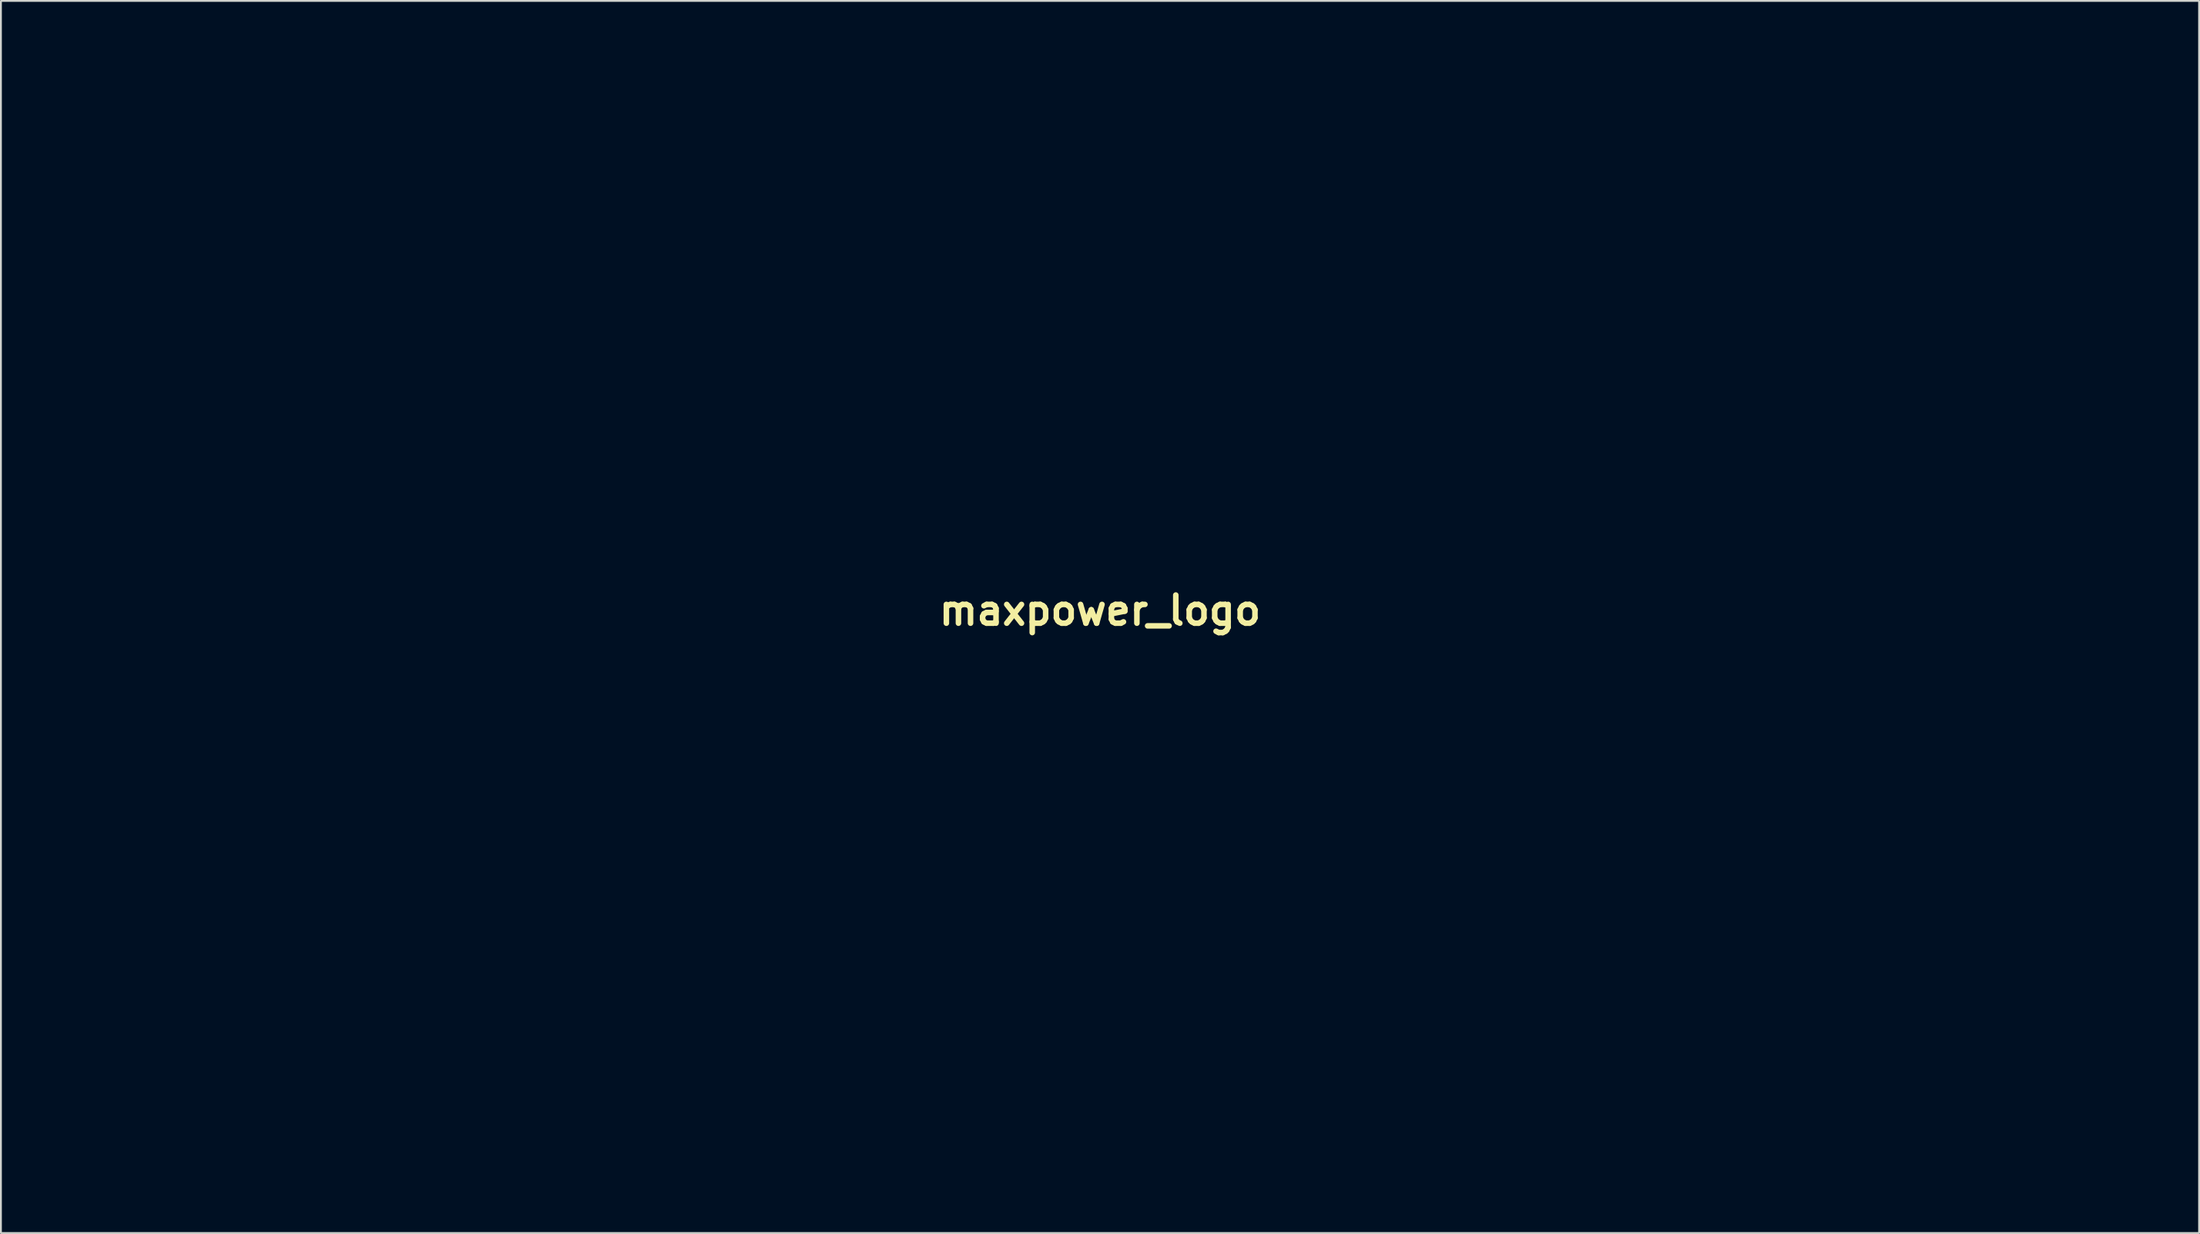
<source format=kicad_pcb>
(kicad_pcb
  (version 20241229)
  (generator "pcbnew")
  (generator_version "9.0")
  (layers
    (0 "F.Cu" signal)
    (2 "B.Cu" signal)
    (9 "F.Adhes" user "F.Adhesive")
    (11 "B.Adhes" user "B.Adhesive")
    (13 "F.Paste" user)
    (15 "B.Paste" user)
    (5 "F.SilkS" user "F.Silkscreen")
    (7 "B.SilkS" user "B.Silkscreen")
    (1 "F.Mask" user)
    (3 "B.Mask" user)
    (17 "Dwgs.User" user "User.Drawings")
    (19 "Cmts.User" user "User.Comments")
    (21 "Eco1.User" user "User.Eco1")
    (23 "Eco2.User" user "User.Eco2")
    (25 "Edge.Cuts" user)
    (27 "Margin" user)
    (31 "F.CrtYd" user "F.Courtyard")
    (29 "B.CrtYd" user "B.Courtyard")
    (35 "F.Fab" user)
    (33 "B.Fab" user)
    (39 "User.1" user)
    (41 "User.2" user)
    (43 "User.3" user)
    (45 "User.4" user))
  (footprint "maxpower_logo"
    (layer "F.Cu")
    (at 56.449 29.991)
    (property "Reference" "maxpower_logo" (at 0 0 0) (layer "F.SilkS") (effects (font (size 1.524 1.524) (thickness 0.3))))
    (attr through_hole)
    (fp_poly (pts (xy -49.036 3.087) (xy -49.124 3.175) (xy -49.212 3.087) (xy -49.124 2.999) (xy -49.036 3.087)) (stroke (width 0.01) (type solid)) (fill no) (layer "Eco2.User"))
    (fp_poly (pts (xy -34.749 -12.435) (xy -34.837 -12.347) (xy -34.925 -12.435) (xy -34.837 -12.524) (xy -34.749 -12.435)) (stroke (width 0.01) (type solid)) (fill no) (layer "Eco2.User"))
    (fp_poly (pts (xy -22.049 -13.494) (xy -22.137 -13.406) (xy -22.225 -13.494) (xy -22.137 -13.582) (xy -22.049 -13.494)) (stroke (width 0.01) (type solid)) (fill no) (layer "Eco2.User"))
    (fp_poly (pts (xy -21.343 26.547) (xy -21.431 26.635) (xy -21.519 26.547) (xy -21.431 26.458) (xy -21.343 26.547)) (stroke (width 0.01) (type solid)) (fill no) (layer "Eco2.User"))
    (fp_poly (pts (xy -20.637 25.488) (xy -20.726 25.576) (xy -20.814 25.488) (xy -20.726 25.4) (xy -20.637 25.488)) (stroke (width 0.01) (type solid)) (fill no) (layer "Eco2.User"))
    (fp_poly (pts (xy -19.579 24.077) (xy -19.667 24.165) (xy -19.756 24.077) (xy -19.667 23.989) (xy -19.579 24.077)) (stroke (width 0.01) (type solid)) (fill no) (layer "Eco2.User"))
    (fp_poly (pts (xy -19.226 23.372) (xy -19.315 23.46) (xy -19.403 23.372) (xy -19.315 23.283) (xy -19.226 23.372)) (stroke (width 0.01) (type solid)) (fill no) (layer "Eco2.User"))
    (fp_poly (pts (xy -18.521 22.313) (xy -18.609 22.401) (xy -18.697 22.313) (xy -18.609 22.225) (xy -18.521 22.313)) (stroke (width 0.01) (type solid)) (fill no) (layer "Eco2.User"))
    (fp_poly (pts (xy -17.815 20.902) (xy -17.903 20.99) (xy -17.992 20.902) (xy -17.903 20.814) (xy -17.815 20.902)) (stroke (width 0.01) (type solid)) (fill no) (layer "Eco2.User"))
    (fp_poly (pts (xy -17.11 19.844) (xy -17.198 19.932) (xy -17.286 19.844) (xy -17.198 19.756) (xy -17.11 19.844)) (stroke (width 0.01) (type solid)) (fill no) (layer "Eco2.User"))
    (fp_poly (pts (xy -16.757 19.138) (xy -16.845 19.226) (xy -16.933 19.138) (xy -16.845 19.05) (xy -16.757 19.138)) (stroke (width 0.01) (type solid)) (fill no) (layer "Eco2.User"))
    (fp_poly (pts (xy -16.404 18.433) (xy -16.492 18.521) (xy -16.581 18.433) (xy -16.492 18.344) (xy -16.404 18.433)) (stroke (width 0.01) (type solid)) (fill no) (layer "Eco2.User"))
    (fp_poly (pts (xy -15.699 17.727) (xy -15.787 17.815) (xy -15.875 17.727) (xy -15.787 17.639) (xy -15.699 17.727)) (stroke (width 0.01) (type solid)) (fill no) (layer "Eco2.User"))
    (fp_poly (pts (xy -49.448 3.939) (xy -49.427 4.149) (xy -49.448 4.175) (xy -49.553 4.15) (xy -49.565 4.057) (xy -49.501 3.912) (xy -49.448 3.939)) (stroke (width 0.01) (type solid)) (fill no) (layer "Eco2.User"))
    (fp_poly (pts (xy -35.337 -12.112) (xy -35.361 -12.007) (xy -35.454 -11.994) (xy -35.599 -12.059) (xy -35.572 -12.112) (xy -35.362 -12.133) (xy -35.337 -12.112)) (stroke (width 0.01) (type solid)) (fill no) (layer "Eco2.User"))
    (fp_poly (pts (xy -33.925 -12.818) (xy -33.95 -12.713) (xy -34.043 -12.7) (xy -34.188 -12.765) (xy -34.161 -12.818) (xy -33.951 -12.839) (xy -33.925 -12.818)) (stroke (width 0.01) (type solid)) (fill no) (layer "Eco2.User"))
    (fp_poly (pts (xy -33.032 -13.159) (xy -33.085 -13.079) (xy -33.264 -13.067) (xy -33.452 -13.11) (xy -33.371 -13.173) (xy -33.095 -13.194) (xy -33.032 -13.159)) (stroke (width 0.01) (type solid)) (fill no) (layer "Eco2.User"))
    (fp_poly (pts (xy -24.4 29.692) (xy -24.425 29.797) (xy -24.518 29.81) (xy -24.663 29.745) (xy -24.636 29.692) (xy -24.426 29.671) (xy -24.4 29.692)) (stroke (width 0.01) (type solid)) (fill no) (layer "Eco2.User"))
    (fp_poly (pts (xy -21.225 -13.17) (xy -21.25 -13.066) (xy -21.343 -13.053) (xy -21.488 -13.117) (xy -21.461 -13.17) (xy -21.251 -13.191) (xy -21.225 -13.17)) (stroke (width 0.01) (type solid)) (fill no) (layer "Eco2.User"))
    (fp_poly (pts (xy -20.52 -12.818) (xy -20.544 -12.713) (xy -20.637 -12.7) (xy -20.783 -12.765) (xy -20.755 -12.818) (xy -20.546 -12.839) (xy -20.52 -12.818)) (stroke (width 0.01) (type solid)) (fill no) (layer "Eco2.User"))
    (fp_poly (pts (xy -17.521 20.167) (xy -17.5 20.376) (xy -17.521 20.402) (xy -17.626 20.378) (xy -17.639 20.285) (xy -17.574 20.14) (xy -17.521 20.167)) (stroke (width 0.01) (type solid)) (fill no) (layer "Eco2.User"))
    (fp_poly (pts (xy 29.575 -19.344) (xy 29.596 -19.135) (xy 29.575 -19.109) (xy 29.47 -19.133) (xy 29.457 -19.226) (xy 29.521 -19.372) (xy 29.575 -19.344)) (stroke (width 0.01) (type solid)) (fill no) (layer "Eco2.User"))
    (fp_poly (pts (xy 36.994 -26.565) (xy 36.941 -26.485) (xy 36.762 -26.472) (xy 36.574 -26.515) (xy 36.656 -26.579) (xy 36.931 -26.6) (xy 36.994 -26.565)) (stroke (width 0.01) (type solid)) (fill no) (layer "Eco2.User"))
    (fp_poly (pts (xy 40.79 -27.281) (xy 40.812 -27.216) (xy 40.569 -27.192) (xy 40.319 -27.219) (xy 40.349 -27.281) (xy 40.71 -27.304) (xy 40.79 -27.281)) (stroke (width 0.01) (type solid)) (fill no) (layer "Eco2.User"))
    (fp_poly (pts (xy -18.518 -10.846) (xy -18.416 -10.635) (xy -18.44 -10.571) (xy -18.61 -10.415) (xy -18.694 -10.593) (xy -18.697 -10.682) (xy -18.61 -10.864) (xy -18.518 -10.846)) (stroke (width 0.01) (type solid)) (fill no) (layer "Eco2.User"))
    (fp_poly (pts (xy 28.539 -16.615) (xy 28.575 -16.415) (xy 28.536 -16.097) (xy 28.431 -16.117) (xy 28.337 -16.31) (xy 28.339 -16.594) (xy 28.406 -16.674) (xy 28.539 -16.615)) (stroke (width 0.01) (type solid)) (fill no) (layer "Eco2.User"))
    (fp_poly (pts (xy -54.683 13.542) (xy -54.681 13.582) (xy -54.816 13.752) (xy -54.867 13.758) (xy -54.973 13.65) (xy -54.945 13.582) (xy -54.787 13.414) (xy -54.758 13.406) (xy -54.683 13.542)) (stroke (width 0.01) (type solid)) (fill no) (layer "Eco2.User"))
    (fp_poly (pts (xy -52.569 11.776) (xy -52.564 11.818) (xy -52.698 11.989) (xy -52.74 11.994) (xy -52.912 11.86) (xy -52.917 11.818) (xy -52.782 11.647) (xy -52.74 11.642) (xy -52.569 11.776)) (stroke (width 0.01) (type solid)) (fill no) (layer "Eco2.User"))
    (fp_poly (pts (xy -51.884 10.888) (xy -51.858 11.014) (xy -51.95 11.255) (xy -52.035 11.289) (xy -52.206 11.162) (xy -52.211 11.123) (xy -52.083 10.884) (xy -52.035 10.848) (xy -51.884 10.888)) (stroke (width 0.01) (type solid)) (fill no) (layer "Eco2.User"))
    (fp_poly (pts (xy -51.539 10.026) (xy -51.506 10.231) (xy -51.579 10.517) (xy -51.682 10.583) (xy -51.825 10.436) (xy -51.858 10.231) (xy -51.784 9.944) (xy -51.682 9.878) (xy -51.539 10.026)) (stroke (width 0.01) (type solid)) (fill no) (layer "Eco2.User"))
    (fp_poly (pts (xy -50.451 6.938) (xy -50.45 7.011) (xy -50.491 7.354) (xy -50.614 7.368) (xy -50.69 7.268) (xy -50.684 7.016) (xy -50.615 6.871) (xy -50.492 6.746) (xy -50.451 6.938)) (stroke (width 0.01) (type solid)) (fill no) (layer "Eco2.User"))
    (fp_poly (pts (xy -44.475 -4.282) (xy -44.45 -4.156) (xy -44.542 -3.914) (xy -44.626 -3.881) (xy -44.798 -4.007) (xy -44.803 -4.047) (xy -44.675 -4.285) (xy -44.626 -4.322) (xy -44.475 -4.282)) (stroke (width 0.01) (type solid)) (fill no) (layer "Eco2.User"))
    (fp_poly (pts (xy -43.825 -5.05) (xy -44.028 -4.809) (xy -44.271 -4.621) (xy -44.377 -4.586) (xy -44.37 -4.695) (xy -44.184 -4.94) (xy -43.925 -5.173) (xy -43.783 -5.213) (xy -43.825 -5.05)) (stroke (width 0.01) (type solid)) (fill no) (layer "Eco2.User"))
    (fp_poly (pts (xy -39.591 -9.283) (xy -39.795 -9.043) (xy -40.038 -8.854) (xy -40.143 -8.819) (xy -40.137 -8.928) (xy -39.951 -9.173) (xy -39.692 -9.406) (xy -39.55 -9.446) (xy -39.591 -9.283)) (stroke (width 0.01) (type solid)) (fill no) (layer "Eco2.User"))
    (fp_poly (pts (xy -38.811 -9.744) (xy -38.806 -9.701) (xy -38.94 -9.53) (xy -38.982 -9.525) (xy -39.153 -9.659) (xy -39.158 -9.701) (xy -39.024 -9.873) (xy -38.982 -9.878) (xy -38.811 -9.744)) (stroke (width 0.01) (type solid)) (fill no) (layer "Eco2.User"))
    (fp_poly (pts (xy -37.827 -10.694) (xy -38.031 -10.454) (xy -38.274 -10.265) (xy -38.379 -10.231) (xy -38.373 -10.339) (xy -38.187 -10.584) (xy -37.928 -10.817) (xy -37.786 -10.857) (xy -37.827 -10.694)) (stroke (width 0.01) (type solid)) (fill no) (layer "Eco2.User"))
    (fp_poly (pts (xy -36.814 -11.311) (xy -37.142 -11.033) (xy -37.337 -10.939) (xy -37.341 -11.051) (xy -37.307 -11.112) (xy -37.076 -11.324) (xy -36.811 -11.486) (xy -36.424 -11.685) (xy -36.814 -11.311)) (stroke (width 0.01) (type solid)) (fill no) (layer "Eco2.User"))
    (fp_poly (pts (xy -35.988 -11.86) (xy -35.983 -11.818) (xy -36.118 -11.647) (xy -36.16 -11.642) (xy -36.331 -11.776) (xy -36.336 -11.818) (xy -36.202 -11.989) (xy -36.16 -11.994) (xy -35.988 -11.86)) (stroke (width 0.01) (type solid)) (fill no) (layer "Eco2.User"))
    (fp_poly (pts (xy -32.123 -13.615) (xy -32.103 -13.494) (xy -32.198 -13.259) (xy -32.279 -13.229) (xy -32.436 -13.372) (xy -32.456 -13.494) (xy -32.36 -13.728) (xy -32.279 -13.758) (xy -32.123 -13.615)) (stroke (width 0.01) (type solid)) (fill no) (layer "Eco2.User"))
    (fp_poly (pts (xy -23.428 -13.999) (xy -23.372 -13.935) (xy -23.435 -13.805) (xy -23.724 -13.758) (xy -24.031 -13.813) (xy -24.077 -13.935) (xy -23.821 -14.099) (xy -23.724 -14.111) (xy -23.428 -13.999)) (stroke (width 0.01) (type solid)) (fill no) (layer "Eco2.User"))
    (fp_poly (pts (xy -22.286 27.978) (xy -22.313 28.046) (xy -22.472 28.214) (xy -22.5 28.222) (xy -22.576 28.086) (xy -22.578 28.046) (xy -22.442 27.876) (xy -22.391 27.869) (xy -22.286 27.978)) (stroke (width 0.01) (type solid)) (fill no) (layer "Eco2.User"))
    (fp_poly (pts (xy -20.875 26.214) (xy -20.902 26.282) (xy -21.061 26.45) (xy -21.089 26.458) (xy -21.165 26.322) (xy -21.167 26.282) (xy -21.031 26.112) (xy -20.98 26.106) (xy -20.875 26.214)) (stroke (width 0.01) (type solid)) (fill no) (layer "Eco2.User"))
    (fp_poly (pts (xy -20.169 25.155) (xy -20.197 25.224) (xy -20.355 25.392) (xy -20.383 25.4) (xy -20.459 25.264) (xy -20.461 25.224) (xy -20.326 25.054) (xy -20.274 25.047) (xy -20.169 25.155)) (stroke (width 0.01) (type solid)) (fill no) (layer "Eco2.User"))
    (fp_poly (pts (xy -18.758 22.686) (xy -18.785 22.754) (xy -18.944 22.922) (xy -18.972 22.931) (xy -19.048 22.794) (xy -19.05 22.754) (xy -18.914 22.585) (xy -18.863 22.578) (xy -18.758 22.686)) (stroke (width 0.01) (type solid)) (fill no) (layer "Eco2.User"))
    (fp_poly (pts (xy -15.936 18.1) (xy -15.963 18.168) (xy -16.122 18.336) (xy -16.15 18.344) (xy -16.226 18.208) (xy -16.228 18.168) (xy -16.092 17.998) (xy -16.041 17.992) (xy -15.936 18.1)) (stroke (width 0.01) (type solid)) (fill no) (layer "Eco2.User"))
    (fp_poly (pts (xy -15.88 -6.216) (xy -15.875 -6.174) (xy -16.009 -6.002) (xy -16.051 -5.997) (xy -16.223 -6.131) (xy -16.228 -6.174) (xy -16.094 -6.345) (xy -16.051 -6.35) (xy -15.88 -6.216)) (stroke (width 0.01) (type solid)) (fill no) (layer "Eco2.User"))
    (fp_poly (pts (xy 29.039 -17.406) (xy 29.104 -17.188) (xy 29.015 -16.958) (xy 28.826 -16.996) (xy 28.678 -17.223) (xy 28.622 -17.511) (xy 28.647 -17.594) (xy 28.843 -17.602) (xy 29.039 -17.406)) (stroke (width 0.01) (type solid)) (fill no) (layer "Eco2.User"))
    (fp_poly (pts (xy 29.279 -18.561) (xy 29.281 -18.521) (xy 29.145 -18.351) (xy 29.094 -18.344) (xy 28.988 -18.453) (xy 29.016 -18.521) (xy 29.174 -18.689) (xy 29.203 -18.697) (xy 29.279 -18.561)) (stroke (width 0.01) (type solid)) (fill no) (layer "Eco2.User"))
    (fp_poly (pts (xy 31.392 -22.267) (xy 31.397 -22.225) (xy 31.263 -22.054) (xy 31.221 -22.049) (xy 31.05 -22.183) (xy 31.044 -22.225) (xy 31.179 -22.396) (xy 31.221 -22.401) (xy 31.392 -22.267)) (stroke (width 0.01) (type solid)) (fill no) (layer "Eco2.User"))
    (fp_poly (pts (xy 33.509 -23.149) (xy 33.514 -23.107) (xy 33.38 -22.936) (xy 33.337 -22.931) (xy 33.166 -23.065) (xy 33.161 -23.107) (xy 33.295 -23.278) (xy 33.337 -23.283) (xy 33.509 -23.149)) (stroke (width 0.01) (type solid)) (fill no) (layer "Eco2.User"))
    (fp_poly (pts (xy 34.92 -25.619) (xy 34.925 -25.576) (xy 34.791 -25.405) (xy 34.749 -25.4) (xy 34.577 -25.534) (xy 34.572 -25.576) (xy 34.706 -25.748) (xy 34.749 -25.753) (xy 34.92 -25.619)) (stroke (width 0.01) (type solid)) (fill no) (layer "Eco2.User"))
    (fp_poly (pts (xy 35.625 -25.971) (xy 35.631 -25.929) (xy 35.496 -25.758) (xy 35.454 -25.753) (xy 35.283 -25.887) (xy 35.278 -25.929) (xy 35.412 -26.1) (xy 35.454 -26.106) (xy 35.625 -25.971)) (stroke (width 0.01) (type solid)) (fill no) (layer "Eco2.User"))
    (fp_poly (pts (xy 36.331 -26.324) (xy 36.336 -26.282) (xy 36.202 -26.111) (xy 36.16 -26.106) (xy 35.988 -26.24) (xy 35.983 -26.282) (xy 36.118 -26.453) (xy 36.16 -26.458) (xy 36.331 -26.324)) (stroke (width 0.01) (type solid)) (fill no) (layer "Eco2.User"))
    (fp_poly (pts (xy 38.095 -27.047) (xy 38.1 -26.988) (xy 37.951 -26.851) (xy 37.703 -26.814) (xy 37.445 -26.842) (xy 37.509 -26.945) (xy 37.571 -26.988) (xy 37.936 -27.152) (xy 38.095 -27.047)) (stroke (width 0.01) (type solid)) (fill no) (layer "Eco2.User"))
    (fp_poly (pts (xy 39.895 -27.405) (xy 39.952 -27.34) (xy 39.889 -27.21) (xy 39.599 -27.164) (xy 39.293 -27.219) (xy 39.247 -27.34) (xy 39.502 -27.504) (xy 39.599 -27.517) (xy 39.895 -27.405)) (stroke (width 0.01) (type solid)) (fill no) (layer "Eco2.User"))
    (fp_poly (pts (xy 39.969 5.73) (xy 39.952 5.821) (xy 39.727 5.99) (xy 39.677 5.997) (xy 39.516 5.863) (xy 39.511 5.821) (xy 39.655 5.666) (xy 39.786 5.644) (xy 39.969 5.73)) (stroke (width 0.01) (type solid)) (fill no) (layer "Eco2.User"))
    (fp_poly (pts (xy 41.975 4.368) (xy 41.981 4.41) (xy 41.846 4.581) (xy 41.804 4.586) (xy 41.633 4.452) (xy 41.628 4.41) (xy 41.762 4.238) (xy 41.804 4.233) (xy 41.975 4.368)) (stroke (width 0.01) (type solid)) (fill no) (layer "Eco2.User"))
    (fp_poly (pts (xy 41.975 12.129) (xy 41.981 12.171) (xy 41.846 12.342) (xy 41.804 12.347) (xy 41.633 12.213) (xy 41.628 12.171) (xy 41.762 12) (xy 41.804 11.994) (xy 41.975 12.129)) (stroke (width 0.01) (type solid)) (fill no) (layer "Eco2.User"))
    (fp_poly (pts (xy 46.914 1.898) (xy 46.919 1.94) (xy 46.785 2.112) (xy 46.743 2.117) (xy 46.572 1.982) (xy 46.567 1.94) (xy 46.701 1.769) (xy 46.743 1.764) (xy 46.914 1.898)) (stroke (width 0.01) (type solid)) (fill no) (layer "Eco2.User"))
    (fp_poly (pts (xy 47.27 -29.144) (xy 47.272 -29.104) (xy 47.137 -28.935) (xy 47.085 -28.928) (xy 46.98 -29.036) (xy 47.008 -29.104) (xy 47.166 -29.272) (xy 47.194 -29.281) (xy 47.27 -29.144)) (stroke (width 0.01) (type solid)) (fill no) (layer "Eco2.User"))
    (fp_poly (pts (xy 49.888 -28.48) (xy 49.918 -28.399) (xy 49.775 -28.242) (xy 49.653 -28.222) (xy 49.419 -28.317) (xy 49.389 -28.399) (xy 49.532 -28.555) (xy 49.653 -28.575) (xy 49.888 -28.48)) (stroke (width 0.01) (type solid)) (fill no) (layer "Eco2.User"))
    (fp_poly (pts (xy 50.491 13.105) (xy 50.575 13.148) (xy 50.353 13.176) (xy 50.094 13.181) (xy 49.713 13.167) (xy 49.608 13.132) (xy 49.698 13.105) (xy 50.212 13.076) (xy 50.491 13.105)) (stroke (width 0.01) (type solid)) (fill no) (layer "Eco2.User"))
    (fp_poly (pts (xy 50.624 -29.088) (xy 50.476 -28.958) (xy 50.271 -28.928) (xy 49.984 -28.956) (xy 49.918 -28.995) (xy 50.063 -29.088) (xy 50.271 -29.155) (xy 50.552 -29.165) (xy 50.624 -29.088)) (stroke (width 0.01) (type solid)) (fill no) (layer "Eco2.User"))
    (fp_poly (pts (xy 51.299 -28.833) (xy 51.329 -28.751) (xy 51.186 -28.595) (xy 51.065 -28.575) (xy 50.83 -28.67) (xy 50.8 -28.751) (xy 50.943 -28.908) (xy 51.065 -28.928) (xy 51.299 -28.833)) (stroke (width 0.01) (type solid)) (fill no) (layer "Eco2.User"))
    (fp_poly (pts (xy 53.97 -29.499) (xy 53.975 -29.457) (xy 53.831 -29.302) (xy 53.7 -29.281) (xy 53.517 -29.366) (xy 53.534 -29.457) (xy 53.76 -29.627) (xy 53.809 -29.633) (xy 53.97 -29.499)) (stroke (width 0.01) (type solid)) (fill no) (layer "Eco2.User"))
    (fp_poly (pts (xy 54.733 -29.152) (xy 54.769 -29.104) (xy 54.729 -28.953) (xy 54.603 -28.928) (xy 54.361 -29.02) (xy 54.328 -29.104) (xy 54.454 -29.276) (xy 54.494 -29.281) (xy 54.733 -29.152)) (stroke (width 0.01) (type solid)) (fill no) (layer "Eco2.User"))
    (fp_poly (pts (xy 52.379 13.098) (xy 52.483 13.214) (xy 52.476 13.229) (xy 52.193 13.394) (xy 51.773 13.283) (xy 51.682 13.229) (xy 51.581 13.113) (xy 51.78 13.062) (xy 52.001 13.055) (xy 52.379 13.098)) (stroke (width 0.01) (type solid)) (fill no) (layer "Eco2.User"))
    (fp_poly (pts (xy 53.219 -29.919) (xy 53.273 -29.786) (xy 53.086 -29.674) (xy 52.696 -29.567) (xy 52.337 -29.534) (xy 52.211 -29.627) (xy 52.359 -29.79) (xy 52.692 -29.921) (xy 53.041 -29.97) (xy 53.219 -29.919)) (stroke (width 0.01) (type solid)) (fill no) (layer "Eco2.User"))
    (fp_poly (pts (xy -30.593 -14.046) (xy -30.427 -13.935) (xy -30.496 -13.81) (xy -30.839 -13.758) (xy -30.858 -13.758) (xy -31.234 -13.809) (xy -31.397 -13.93) (xy -31.397 -13.935) (xy -31.247 -14.068) (xy -30.967 -14.111) (xy -30.593 -14.046)) (stroke (width 0.01) (type solid)) (fill no) (layer "Eco2.User"))
    (fp_poly (pts (xy 40.888 11.4) (xy 41.157 11.624) (xy 41.266 11.671) (xy 41.403 11.793) (xy 41.353 11.858) (xy 41.095 11.848) (xy 40.845 11.716) (xy 40.633 11.482) (xy 40.636 11.34) (xy 40.828 11.335) (xy 40.888 11.4)) (stroke (width 0.01) (type solid)) (fill no) (layer "Eco2.User"))
    (fp_poly (pts (xy 44.883 -8.759) (xy 45.091 -8.521) (xy 45.156 -8.208) (xy 45.112 -7.839) (xy 44.999 -7.799) (xy 44.854 -8.07) (xy 44.663 -8.399) (xy 44.556 -8.501) (xy 44.452 -8.674) (xy 44.596 -8.786) (xy 44.883 -8.759)) (stroke (width 0.01) (type solid)) (fill no) (layer "Eco2.User"))
    (fp_poly (pts (xy 42.567 -11.898) (xy 42.845 -11.671) (xy 43.131 -11.363) (xy 43.329 -11.077) (xy 43.361 -10.94) (xy 43.221 -10.953) (xy 42.939 -11.178) (xy 42.806 -11.314) (xy 42.518 -11.665) (xy 42.391 -11.903) (xy 42.398 -11.942) (xy 42.567 -11.898)) (stroke (width 0.01) (type solid)) (fill no) (layer "Eco2.User"))
    (fp_poly (pts (xy -53.269 12.054) (xy -53.384 12.243) (xy -53.676 12.582) (xy -53.887 12.8) (xy -54.237 13.124) (xy -54.46 13.28) (xy -54.504 13.27) (xy -54.387 13.07) (xy -54.09 12.729) (xy -53.887 12.524) (xy -53.534 12.205) (xy -53.311 12.048) (xy -53.269 12.054)) (stroke (width 0.01) (type solid)) (fill no) (layer "Eco2.User"))
    (fp_poly (pts (xy -26.6 -14.437) (xy -26.218 -14.367) (xy -26.106 -14.287) (xy -26.266 -14.194) (xy -26.686 -14.13) (xy -27.164 -14.111) (xy -27.728 -14.138) (xy -28.11 -14.208) (xy -28.222 -14.287) (xy -28.062 -14.381) (xy -27.642 -14.445) (xy -27.164 -14.464) (xy -26.6 -14.437)) (stroke (width 0.01) (type solid)) (fill no) (layer "Eco2.User"))
    (fp_poly (pts (xy -19.917 -12.55) (xy -19.609 -12.287) (xy -19.403 -12.083) (xy -19.074 -11.716) (xy -18.895 -11.465) (xy -18.886 -11.405) (xy -19.041 -11.481) (xy -19.35 -11.746) (xy -19.552 -11.944) (xy -19.882 -12.309) (xy -20.06 -12.562) (xy -20.069 -12.621) (xy -19.917 -12.55)) (stroke (width 0.01) (type solid)) (fill no) (layer "Eco2.User"))
    (fp_poly (pts (xy 44.064 -27.382) (xy 44.097 -27.346) (xy 43.936 -27.244) (xy 43.509 -27.179) (xy 43.098 -27.164) (xy 42.573 -27.174) (xy 42.24 -27.2) (xy 42.172 -27.228) (xy 42.417 -27.318) (xy 42.85 -27.385) (xy 43.349 -27.423) (xy 43.794 -27.424) (xy 44.064 -27.382)) (stroke (width 0.01) (type solid)) (fill no) (layer "Eco2.User"))
    (fp_poly (pts (xy 45.616 -7.135) (xy 45.785 -6.792) (xy 45.829 -6.422) (xy 45.747 -6.132) (xy 45.641 -6.098) (xy 45.534 -6.367) (xy 45.508 -6.629) (xy 45.422 -6.974) (xy 45.288 -7.105) (xy 45.159 -7.252) (xy 45.191 -7.317) (xy 45.393 -7.344) (xy 45.616 -7.135)) (stroke (width 0.01) (type solid)) (fill no) (layer "Eco2.User"))
    (fp_poly (pts (xy 46.486 2.515) (xy 46.476 2.706) (xy 46.289 2.907) (xy 45.951 3.101) (xy 45.675 3.166) (xy 45.563 3.089) (xy 45.597 2.999) (xy 45.853 2.834) (xy 45.945 2.822) (xy 46.216 2.685) (xy 46.263 2.602) (xy 46.415 2.479) (xy 46.486 2.515)) (stroke (width 0.01) (type solid)) (fill no) (layer "Eco2.User"))
    (fp_poly (pts (xy 55.386 12.715) (xy 55.989 12.735) (xy 56.256 12.785) (xy 56.202 12.866) (xy 56.18 12.876) (xy 55.636 13.011) (xy 55.036 13.021) (xy 54.559 12.907) (xy 54.504 12.876) (xy 54.471 12.781) (xy 54.751 12.728) (xy 55.363 12.715) (xy 55.386 12.715)) (stroke (width 0.01) (type solid)) (fill no) (layer "Eco2.User"))
    (fp_poly (pts (xy -42.096 -6.826) (xy -42.363 -6.496) (xy -42.756 -6.076) (xy -43.163 -5.69) (xy -43.454 -5.464) (xy -43.568 -5.447) (xy -43.568 -5.449) (xy -43.457 -5.658) (xy -43.178 -5.994) (xy -42.813 -6.374) (xy -42.444 -6.718) (xy -42.152 -6.944) (xy -42.025 -6.982) (xy -42.096 -6.826)) (stroke (width 0.01) (type solid)) (fill no) (layer "Eco2.User"))
    (fp_poly (pts (xy -25.089 30.13) (xy -25.258 30.399) (xy -25.278 30.419) (xy -25.578 30.58) (xy -26.006 30.671) (xy -26.437 30.686) (xy -26.741 30.615) (xy -26.811 30.515) (xy -26.66 30.384) (xy -26.359 30.339) (xy -25.856 30.263) (xy -25.55 30.148) (xy -25.202 30.031) (xy -25.089 30.13)) (stroke (width 0.01) (type solid)) (fill no) (layer "Eco2.User"))
    (fp_poly (pts (xy -22.845 28.374) (xy -22.856 28.399) (xy -23.097 28.782) (xy -23.392 29.115) (xy -23.632 29.278) (xy -23.653 29.281) (xy -23.864 29.154) (xy -23.901 29.104) (xy -23.858 28.956) (xy -23.719 28.928) (xy -23.399 28.804) (xy -23.078 28.531) (xy -22.876 28.333) (xy -22.845 28.374)) (stroke (width 0.01) (type solid)) (fill no) (layer "Eco2.User"))
    (fp_poly (pts (xy 43.629 -10.483) (xy 43.927 -10.238) (xy 43.998 -10.169) (xy 44.308 -9.774) (xy 44.446 -9.423) (xy 44.387 -9.204) (xy 44.274 -9.172) (xy 44.126 -9.319) (xy 44.097 -9.498) (xy 43.973 -9.857) (xy 43.743 -10.143) (xy 43.51 -10.402) (xy 43.468 -10.542) (xy 43.629 -10.483)) (stroke (width 0.01) (type solid)) (fill no) (layer "Eco2.User"))
    (fp_poly (pts (xy -55.389 13.925) (xy -55.386 14.018) (xy -55.534 14.303) (xy -55.739 14.413) (xy -56.025 14.552) (xy -56.092 14.661) (xy -56.226 14.812) (xy -56.268 14.817) (xy -56.44 14.739) (xy -56.444 14.716) (xy -56.297 14.486) (xy -55.868 14.097) (xy -55.694 13.957) (xy -55.459 13.81) (xy -55.389 13.925)) (stroke (width 0.01) (type solid)) (fill no) (layer "Eco2.User"))
    (fp_poly (pts (xy 43.715 3.217) (xy 44.271 3.274) (xy 44.626 3.351) (xy 44.719 3.424) (xy 44.471 3.475) (xy 43.878 3.504) (xy 43.524 3.51) (xy 42.767 3.5) (xy 42.238 3.453) (xy 41.992 3.375) (xy 41.981 3.351) (xy 42.139 3.263) (xy 42.548 3.211) (xy 43.107 3.196) (xy 43.715 3.217)) (stroke (width 0.01) (type solid)) (fill no) (layer "Eco2.User"))
    (fp_poly (pts (xy 46.33 -5.843) (xy 46.435 -5.466) (xy 46.515 -4.998) (xy 46.549 -4.567) (xy 46.516 -4.305) (xy 46.504 -4.288) (xy 46.376 -4.339) (xy 46.293 -4.517) (xy 46.116 -4.969) (xy 46.027 -5.152) (xy 45.948 -5.511) (xy 46.022 -5.845) (xy 46.216 -5.997) (xy 46.222 -5.997) (xy 46.33 -5.843)) (stroke (width 0.01) (type solid)) (fill no) (layer "Eco2.User"))
    (fp_poly (pts (xy -40.313 -8.547) (xy -40.511 -8.334) (xy -40.824 -7.979) (xy -40.973 -7.717) (xy -41.189 -7.456) (xy -41.343 -7.408) (xy -41.629 -7.278) (xy -41.687 -7.188) (xy -41.773 -7.091) (xy -41.79 -7.152) (xy -41.679 -7.369) (xy -41.389 -7.719) (xy -41.012 -8.108) (xy -40.64 -8.442) (xy -40.367 -8.63) (xy -40.315 -8.643) (xy -40.313 -8.547)) (stroke (width 0.01) (type solid)) (fill no) (layer "Eco2.User"))
    (fp_poly (pts (xy 46.523 13.075) (xy 47.216 13.09) (xy 47.58 13.113) (xy 47.64 13.149) (xy 47.419 13.201) (xy 47.313 13.219) (xy 46.796 13.342) (xy 46.419 13.499) (xy 46.351 13.55) (xy 46.086 13.716) (xy 45.745 13.679) (xy 45.376 13.518) (xy 45.059 13.324) (xy 45.034 13.189) (xy 45.317 13.108) (xy 45.924 13.074) (xy 46.523 13.075)) (stroke (width 0.01) (type solid)) (fill no) (layer "Eco2.User"))
    (fp_poly (pts (xy -50.851 7.918) (xy -50.8 8.261) (xy -50.8 8.28) (xy -50.85 8.656) (xy -50.971 8.819) (xy -50.976 8.819) (xy -51.12 8.967) (xy -51.153 9.172) (xy -51.227 9.459) (xy -51.329 9.525) (xy -51.487 9.383) (xy -51.506 9.271) (xy -51.398 8.971) (xy -51.329 8.908) (xy -51.191 8.664) (xy -51.153 8.378) (xy -51.086 8.009) (xy -50.976 7.849) (xy -50.851 7.918)) (stroke (width 0.01) (type solid)) (fill no) (layer "Eco2.User"))
    (fp_poly (pts (xy -49.793 4.743) (xy -49.742 5.086) (xy -49.742 5.105) (xy -49.789 5.481) (xy -49.902 5.644) (xy -49.907 5.644) (xy -50.037 5.799) (xy -50.131 6.175) (xy -50.136 6.218) (xy -50.193 6.573) (xy -50.267 6.612) (xy -50.351 6.459) (xy -50.385 5.997) (xy -50.299 5.8) (xy -50.128 5.369) (xy -50.094 5.128) (xy -50.014 4.789) (xy -49.918 4.674) (xy -49.793 4.743)) (stroke (width 0.01) (type solid)) (fill no) (layer "Eco2.User"))
    (fp_poly (pts (xy -44.803 -3.545) (xy -44.922 -3.308) (xy -45.228 -2.934) (xy -45.508 -2.646) (xy -45.898 -2.239) (xy -46.155 -1.911) (xy -46.214 -1.778) (xy -46.34 -1.595) (xy -46.39 -1.587) (xy -46.562 -1.699) (xy -46.567 -1.733) (xy -46.454 -1.924) (xy -46.158 -2.293) (xy -45.739 -2.764) (xy -45.685 -2.822) (xy -45.264 -3.246) (xy -44.952 -3.508) (xy -44.807 -3.562) (xy -44.803 -3.545)) (stroke (width 0.01) (type solid)) (fill no) (layer "Eco2.User"))
    (fp_poly (pts (xy -47.981 1.194) (xy -47.978 1.235) (xy -48.112 1.406) (xy -48.154 1.411) (xy -48.299 1.558) (xy -48.331 1.753) (xy -48.413 2.092) (xy -48.51 2.207) (xy -48.612 2.418) (xy -48.588 2.482) (xy -48.6 2.626) (xy -48.784 2.625) (xy -48.899 2.548) (xy -48.882 2.351) (xy -48.731 1.983) (xy -48.51 1.565) (xy -48.284 1.217) (xy -48.117 1.06) (xy -48.11 1.06) (xy -47.981 1.194)) (stroke (width 0.01) (type solid)) (fill no) (layer "Eco2.User"))
    (fp_poly (pts (xy 50.404 -29.955) (xy 50.743 -29.86) (xy 50.8 -29.766) (xy 50.628 -29.614) (xy 50.113 -29.54) (xy 49.874 -29.533) (xy 49.17 -29.498) (xy 48.476 -29.424) (xy 48.242 -29.386) (xy 47.823 -29.323) (xy 47.715 -29.359) (xy 47.801 -29.44) (xy 48.2 -29.607) (xy 48.375 -29.631) (xy 48.636 -29.716) (xy 48.683 -29.81) (xy 48.844 -29.904) (xy 49.264 -29.967) (xy 49.742 -29.986) (xy 50.404 -29.955)) (stroke (width 0.01) (type solid)) (fill no) (layer "Eco2.User"))
    (fp_poly (pts (xy 31.044 -21.718) (xy 31.044 -21.717) (xy 30.922 -21.529) (xy 30.868 -21.519) (xy 30.719 -21.374) (xy 30.692 -21.206) (xy 30.559 -20.865) (xy 30.339 -20.637) (xy 30.063 -20.321) (xy 29.986 -20.069) (xy 29.904 -19.805) (xy 29.81 -19.756) (xy 29.638 -19.833) (xy 29.633 -19.856) (xy 29.715 -20.054) (xy 29.925 -20.448) (xy 30.082 -20.723) (xy 30.44 -21.279) (xy 30.747 -21.659) (xy 30.963 -21.82) (xy 31.044 -21.718)) (stroke (width 0.01) (type solid)) (fill no) (layer "Eco2.User"))
    (fp_poly (pts (xy 43.234 12.398) (xy 43.392 12.521) (xy 43.392 12.524) (xy 43.541 12.662) (xy 43.789 12.703) (xy 44.046 12.731) (xy 43.983 12.834) (xy 43.921 12.876) (xy 43.556 13.041) (xy 43.397 12.935) (xy 43.392 12.876) (xy 43.238 12.753) (xy 42.869 12.7) (xy 42.862 12.7) (xy 42.491 12.649) (xy 42.333 12.526) (xy 42.333 12.524) (xy 42.487 12.4) (xy 42.856 12.347) (xy 42.862 12.347) (xy 43.234 12.398)) (stroke (width 0.01) (type solid)) (fill no) (layer "Eco2.User"))
    (fp_poly (pts (xy 56.296 -29.238) (xy 56.402 -29.056) (xy 56.441 -28.651) (xy 56.444 -28.31) (xy 56.415 -27.779) (xy 56.341 -27.427) (xy 56.268 -27.34) (xy 56.096 -27.442) (xy 56.091 -27.473) (xy 55.98 -27.671) (xy 55.701 -28.015) (xy 55.562 -28.169) (xy 55.19 -28.587) (xy 55.061 -28.817) (xy 55.163 -28.912) (xy 55.386 -28.928) (xy 55.673 -29.002) (xy 55.739 -29.104) (xy 55.887 -29.247) (xy 56.092 -29.281) (xy 56.296 -29.238)) (stroke (width 0.01) (type solid)) (fill no) (layer "Eco2.User"))
    (fp_poly (pts (xy -46.58 -1.288) (xy -46.594 -1.003) (xy -46.76 -0.683) (xy -46.919 -0.529) (xy -47.194 -0.227) (xy -47.272 0.004) (xy -47.389 0.356) (xy -47.649 0.638) (xy -47.837 0.706) (xy -47.974 0.57) (xy -47.978 0.529) (xy -47.844 0.358) (xy -47.801 0.353) (xy -47.639 0.213) (xy -47.625 0.121) (xy -47.513 -0.167) (xy -47.272 -0.489) (xy -47.014 -0.853) (xy -46.919 -1.139) (xy -46.826 -1.379) (xy -46.743 -1.411) (xy -46.58 -1.288)) (stroke (width 0.01) (type solid)) (fill no) (layer "Eco2.User"))
    (fp_poly (pts (xy 34.176 -25.125) (xy 34.035 -24.854) (xy 33.857 -24.697) (xy 33.838 -24.694) (xy 33.645 -24.576) (xy 33.278 -24.262) (xy 32.805 -23.81) (xy 32.632 -23.636) (xy 32.123 -23.137) (xy 31.733 -22.786) (xy 31.489 -22.602) (xy 31.421 -22.602) (xy 31.557 -22.801) (xy 31.928 -23.218) (xy 31.936 -23.227) (xy 32.429 -23.737) (xy 32.955 -24.256) (xy 33.453 -24.728) (xy 33.863 -25.095) (xy 34.122 -25.3) (xy 34.179 -25.323) (xy 34.176 -25.125)) (stroke (width 0.01) (type solid)) (fill no) (layer "Eco2.User"))
    (fp_poly (pts (xy 47.026 -3.252) (xy 47.129 -2.935) (xy 47.207 -2.336) (xy 47.27 -1.446) (xy 47.307 -0.456) (xy 47.303 0.381) (xy 47.26 1.019) (xy 47.182 1.409) (xy 47.073 1.503) (xy 47.052 1.486) (xy 47 1.266) (xy 46.957 0.769) (xy 46.929 0.069) (xy 46.919 -0.72) (xy 46.907 -1.697) (xy 46.867 -2.358) (xy 46.795 -2.74) (xy 46.699 -2.874) (xy 46.568 -2.993) (xy 46.696 -3.185) (xy 46.886 -3.324) (xy 47.026 -3.252)) (stroke (width 0.01) (type solid)) (fill no) (layer "Eco2.User"))
    (fp_poly (pts (xy 46.499 -28.525) (xy 46.477 -28.335) (xy 46.314 -28.12) (xy 46.124 -27.884) (xy 46.183 -27.687) (xy 46.373 -27.495) (xy 46.702 -27.248) (xy 46.92 -27.164) (xy 47.24 -27.02) (xy 47.589 -26.669) (xy 47.868 -26.235) (xy 47.978 -25.849) (xy 47.898 -25.499) (xy 47.625 -25.4) (xy 47.338 -25.469) (xy 47.272 -25.565) (xy 47.127 -25.744) (xy 46.919 -25.841) (xy 46.633 -26.037) (xy 46.567 -26.206) (xy 46.421 -26.416) (xy 46.241 -26.458) (xy 45.864 -26.535) (xy 45.388 -26.722) (xy 45.351 -26.74) (xy 44.987 -26.936) (xy 44.905 -27.077) (xy 45.069 -27.264) (xy 45.148 -27.334) (xy 45.419 -27.657) (xy 45.508 -27.904) (xy 45.639 -28.146) (xy 45.939 -28.387) (xy 46.272 -28.542) (xy 46.499 -28.525)) (stroke (width 0.01) (type solid)) (fill no) (layer "Eco2.User"))
    (fp_poly (pts (xy 38.189 -15.805) (xy 38.365 -15.699) (xy 38.615 -15.547) (xy 38.79 -15.522) (xy 39.125 -15.408) (xy 39.53 -15.129) (xy 39.584 -15.08) (xy 40.019 -14.774) (xy 40.431 -14.734) (xy 40.511 -14.752) (xy 40.826 -14.798) (xy 40.89 -14.666) (xy 40.851 -14.518) (xy 40.882 -14.153) (xy 41.098 -13.753) (xy 41.404 -13.465) (xy 41.592 -13.406) (xy 41.791 -13.26) (xy 41.892 -13.053) (xy 42.051 -12.768) (xy 42.169 -12.7) (xy 42.315 -12.557) (xy 42.333 -12.435) (xy 42.257 -12.193) (xy 42.09 -12.219) (xy 41.919 -12.478) (xy 41.877 -12.612) (xy 41.741 -12.942) (xy 41.61 -13.053) (xy 41.401 -13.17) (xy 41.067 -13.462) (xy 40.949 -13.582) (xy 40.542 -13.924) (xy 40.173 -14.099) (xy 39.923 -14.079) (xy 39.864 -13.935) (xy 39.704 -13.839) (xy 39.291 -13.775) (xy 38.87 -13.758) (xy 38.264 -13.735) (xy 37.879 -13.634) (xy 37.585 -13.412) (xy 37.459 -13.273) (xy 37.111 -12.741) (xy 37.09 -12.294) (xy 37.406 -11.884) (xy 37.747 -11.642) (xy 38.145 -11.378) (xy 38.356 -11.136) (xy 38.438 -10.794) (xy 38.453 -10.228) (xy 38.453 -10.189) (xy 38.42 -9.539) (xy 38.318 -9.217) (xy 38.232 -9.172) (xy 37.964 -9.065) (xy 37.581 -8.799) (xy 37.493 -8.726) (xy 37.164 -8.408) (xy 37.068 -8.143) (xy 37.158 -7.773) (xy 37.185 -7.699) (xy 37.311 -7.166) (xy 37.386 -6.496) (xy 37.394 -6.216) (xy 37.426 -5.68) (xy 37.508 -5.303) (xy 37.571 -5.203) (xy 37.652 -4.988) (xy 37.713 -4.51) (xy 37.745 -3.859) (xy 37.747 -3.616) (xy 37.765 -2.928) (xy 37.812 -2.385) (xy 37.879 -2.076) (xy 37.905 -2.04) (xy 37.991 -1.929) (xy 38.074 -1.676) (xy 38.164 -1.233) (xy 38.268 -0.554) (xy 38.396 0.411) (xy 38.455 0.882) (xy 38.59 1.971) (xy 38.693 2.759) (xy 38.776 3.294) (xy 38.851 3.626) (xy 38.933 3.802) (xy 39.033 3.871) (xy 39.165 3.882) (xy 39.254 3.881) (xy 39.62 3.813) (xy 39.776 3.704) (xy 39.994 3.6) (xy 40.409 3.543) (xy 40.898 3.534) (xy 41.335 3.571) (xy 41.599 3.655) (xy 41.628 3.704) (xy 41.485 3.86) (xy 41.362 3.881) (xy 41.077 3.995) (xy 40.683 4.283) (xy 40.542 4.41) (xy 40.11 4.741) (xy 39.703 4.925) (xy 39.603 4.939) (xy 39.326 5.008) (xy 39.094 5.253) (xy 38.869 5.73) (xy 38.618 6.493) (xy 38.49 7.01) (xy 38.507 7.37) (xy 38.679 7.743) (xy 38.702 7.783) (xy 38.912 8.339) (xy 38.909 8.731) (xy 38.892 9.092) (xy 38.981 9.26) (xy 39.13 9.509) (xy 39.158 9.712) (xy 39.28 10.026) (xy 39.591 10.443) (xy 39.812 10.672) (xy 40.147 11.016) (xy 40.306 11.24) (xy 40.288 11.289) (xy 40.016 11.16) (xy 39.627 10.833) (xy 39.207 10.396) (xy 38.843 9.938) (xy 38.649 9.613) (xy 38.42 9.114) (xy 38.235 8.71) (xy 38.137 8.299) (xy 38.101 7.735) (xy 38.106 7.563) (xy 38.132 6.64) (xy 38.098 6.004) (xy 38.006 5.681) (xy 37.944 5.644) (xy 37.779 5.791) (xy 37.696 5.997) (xy 37.589 6.204) (xy 37.346 6.311) (xy 36.877 6.348) (xy 36.628 6.35) (xy 36.07 6.38) (xy 35.669 6.456) (xy 35.542 6.526) (xy 35.311 6.639) (xy 34.872 6.699) (xy 34.736 6.703) (xy 34.123 6.781) (xy 33.456 6.974) (xy 33.291 7.043) (xy 32.618 7.288) (xy 31.896 7.466) (xy 31.75 7.49) (xy 29.859 7.742) (xy 28.153 7.963) (xy 26.673 8.147) (xy 25.459 8.29) (xy 24.552 8.387) (xy 24.518 8.39) (xy 23.905 8.472) (xy 23.393 8.58) (xy 23.195 8.647) (xy 22.885 8.719) (xy 22.307 8.791) (xy 21.545 8.853) (xy 20.726 8.897) (xy 19.049 8.975) (xy 17.715 9.061) (xy 16.726 9.154) (xy 16.086 9.255) (xy 15.796 9.362) (xy 15.544 9.446) (xy 15.049 9.504) (xy 14.464 9.525) (xy 13.843 9.548) (xy 13.36 9.61) (xy 13.132 9.689) (xy 12.891 9.772) (xy 12.387 9.854) (xy 11.71 9.922) (xy 11.377 9.945) (xy 9.967 10.041) (xy 8.884 10.147) (xy 8.136 10.263) (xy 7.731 10.388) (xy 7.682 10.423) (xy 7.4 10.535) (xy 6.954 10.583) (xy 6.942 10.583) (xy 6.516 10.633) (xy 6.267 10.753) (xy 6.262 10.76) (xy 6.035 10.864) (xy 5.583 10.927) (xy 5.317 10.936) (xy 4.786 10.968) (xy 4.403 11.048) (xy 4.313 11.096) (xy 4.05 11.207) (xy 3.57 11.31) (xy 3.263 11.351) (xy 2.227 11.474) (xy 1.171 11.617) (xy 0.167 11.769) (xy -0.714 11.919) (xy -1.399 12.055) (xy -1.817 12.165) (xy -1.852 12.178) (xy -2.245 12.293) (xy -2.802 12.401) (xy -2.999 12.43) (xy -3.617 12.515) (xy -4.387 12.627) (xy -4.939 12.711) (xy -5.715 12.825) (xy -6.639 12.949) (xy -7.497 13.054) (xy -8.624 13.188) (xy -9.445 13.293) (xy -10.006 13.378) (xy -10.353 13.452) (xy -10.53 13.521) (xy -10.583 13.593) (xy -10.583 13.6) (xy -10.74 13.699) (xy -11.131 13.754) (xy -11.291 13.758) (xy -11.895 13.841) (xy -12.291 14.117) (xy -12.305 14.134) (xy -12.66 14.54) (xy -13.137 15.049) (xy -13.681 15.606) (xy -14.236 16.156) (xy -14.745 16.644) (xy -15.154 17.016) (xy -15.406 17.216) (xy -15.457 17.234) (xy -15.446 17.005) (xy -15.204 16.57) (xy -14.758 15.962) (xy -14.13 15.218) (xy -13.696 14.74) (xy -13.193 14.199) (xy -14.396 14.146) (xy -15.065 14.145) (xy -15.633 14.192) (xy -15.958 14.272) (xy -16.312 14.376) (xy -16.891 14.474) (xy -17.551 14.543) (xy -18.834 14.642) (xy -19.807 14.725) (xy -20.511 14.798) (xy -20.986 14.865) (xy -21.274 14.932) (xy -21.418 15.003) (xy -21.422 15.007) (xy -21.707 15.124) (xy -22.128 15.172) (xy -22.597 15.223) (xy -22.912 15.331) (xy -23.048 15.459) (xy -23.053 15.65) (xy -22.905 15.983) (xy -22.612 16.492) (xy -22.395 17.11) (xy -22.31 17.928) (xy -22.355 18.823) (xy -22.528 19.67) (xy -22.674 20.064) (xy -22.901 20.507) (xy -23.09 20.776) (xy -23.149 20.814) (xy -23.267 20.958) (xy -23.283 21.091) (xy -23.331 21.329) (xy -23.513 21.572) (xy -23.883 21.874) (xy -24.498 22.287) (xy -24.606 22.357) (xy -25.112 22.684) (xy -25.505 22.946) (xy -25.665 23.058) (xy -25.997 23.254) (xy -26.571 23.532) (xy -27.297 23.855) (xy -28.085 24.181) (xy -28.848 24.473) (xy -29.012 24.531) (xy -29.528 24.729) (xy -29.805 24.926) (xy -29.937 25.233) (xy -30.011 25.695) (xy -30.121 26.317) (xy -30.261 26.873) (xy -30.314 27.028) (xy -30.578 27.463) (xy -31.041 28.008) (xy -31.636 28.604) (xy -32.295 29.192) (xy -32.95 29.713) (xy -33.536 30.108) (xy -33.983 30.319) (xy -34.106 30.339) (xy -34.412 30.441) (xy -34.484 30.515) (xy -34.698 30.593) (xy -35.179 30.654) (xy -35.84 30.688) (xy -36.181 30.692) (xy -36.984 30.674) (xy -37.487 30.621) (xy -37.665 30.537) (xy -37.659 30.515) (xy -37.425 30.396) (xy -36.997 30.34) (xy -36.941 30.339) (xy -36.412 30.288) (xy -35.987 30.165) (xy -35.981 30.163) (xy -35.514 29.927) (xy -35.28 29.81) (xy -34.862 29.664) (xy -34.639 29.633) (xy -34.3 29.51) (xy -34.064 29.316) (xy -33.734 29.011) (xy -33.275 28.652) (xy -33.161 28.57) (xy -32.571 28.123) (xy -32.097 27.693) (xy -31.807 27.346) (xy -31.75 27.199) (xy -31.632 26.973) (xy -31.416 26.74) (xy -31.118 26.349) (xy -30.997 26.051) (xy -30.868 25.586) (xy -30.784 25.356) (xy -30.75 25.155) (xy -30.927 25.064) (xy -31.334 25.042) (xy -31.875 24.971) (xy -32.313 24.807) (xy -32.358 24.776) (xy -32.577 24.505) (xy -32.453 24.288) (xy -31.992 24.128) (xy -31.2 24.03) (xy -31.088 24.023) (xy -30.46 23.965) (xy -29.97 23.882) (xy -29.73 23.794) (xy -29.446 23.68) (xy -29.025 23.632) (xy -28.487 23.518) (xy -28.046 23.283) (xy -27.671 23.039) (xy -27.39 22.934) (xy -27.08 22.833) (xy -26.589 22.569) (xy -25.992 22.195) (xy -25.364 21.764) (xy -24.779 21.327) (xy -24.311 20.937) (xy -24.034 20.645) (xy -23.99 20.549) (xy -23.883 20.297) (xy -23.639 19.936) (xy -23.636 19.932) (xy -23.382 19.37) (xy -23.279 18.613) (xy -23.329 17.78) (xy -23.531 16.995) (xy -23.642 16.746) (xy -24.098 16.037) (xy -24.663 15.426) (xy -25.246 15.001) (xy -25.563 14.873) (xy -25.935 14.752) (xy -26.106 14.651) (xy -26.339 14.524) (xy -26.835 14.346) (xy -27.512 14.14) (xy -28.288 13.93) (xy -29.081 13.738) (xy -29.809 13.589) (xy -29.932 13.567) (xy -30.833 13.453) (xy -31.586 13.461) (xy -32.21 13.556) (xy -32.87 13.67) (xy -33.474 13.743) (xy -33.751 13.758) (xy -34.328 13.813) (xy -34.824 13.923) (xy -35.368 14.079) (xy -35.99 14.245) (xy -36.072 14.266) (xy -37.061 14.522) (xy -37.75 14.713) (xy -38.182 14.855) (xy -38.401 14.96) (xy -38.453 15.032) (xy -38.596 15.155) (xy -38.709 15.169) (xy -38.991 15.24) (xy -39.455 15.422) (xy -40.008 15.67) (xy -40.554 15.939) (xy -41 16.184) (xy -41.251 16.358) (xy -41.275 16.398) (xy -41.425 16.566) (xy -41.783 16.749) (xy -42.213 16.891) (xy -42.518 16.933) (xy -42.8 16.869) (xy -42.862 16.784) (xy -42.726 16.501) (xy -42.384 16.144) (xy -41.94 15.813) (xy -41.777 15.721) (xy -41.516 15.549) (xy -41.324 15.3) (xy -41.176 14.906) (xy -41.047 14.302) (xy -40.915 13.42) (xy -40.901 13.317) (xy -40.752 12.157) (xy -40.62 10.986) (xy -40.501 9.757) (xy -40.394 8.425) (xy -40.293 6.943) (xy -40.196 5.264) (xy -40.1 3.342) (xy -40.08 2.908) (xy -24.28 2.908) (xy -24.265 3.738) (xy -24.213 5.371) (xy -24.142 6.793) (xy -24.056 7.977) (xy -23.957 8.898) (xy -23.846 9.529) (xy -23.728 9.845) (xy -23.675 9.878) (xy -23.634 9.711) (xy -23.605 9.251) (xy -23.589 8.556) (xy -23.589 7.686) (xy -23.597 7.056) (xy -23.614 5.989) (xy -23.614 5.226) (xy -23.594 4.718) (xy -23.55 4.416) (xy -23.478 4.271) (xy -23.375 4.233) (xy -23.134 4.394) (xy -22.992 4.766) (xy -22.87 5.172) (xy -22.731 5.394) (xy -22.612 5.626) (xy -22.578 5.909) (xy -22.511 6.278) (xy -22.401 6.438) (xy -22.253 6.687) (xy -22.225 6.886) (xy -22.153 7.196) (xy -21.968 7.681) (xy -21.715 8.248) (xy -21.439 8.802) (xy -21.185 9.251) (xy -20.997 9.501) (xy -20.952 9.525) (xy -20.84 9.377) (xy -20.814 9.172) (xy -20.748 8.885) (xy -20.656 8.819) (xy -20.591 8.657) (xy -20.548 8.224) (xy -20.526 7.601) (xy -20.523 6.869) (xy -20.539 6.111) (xy -20.572 5.406) (xy -20.621 4.836) (xy -20.684 4.483) (xy -20.726 4.41) (xy -20.838 4.523) (xy -20.956 4.922) (xy -21.055 5.512) (xy -21.174 6.217) (xy -21.313 6.602) (xy -21.457 6.703) (xy -21.715 6.557) (xy -21.806 6.394) (xy -21.959 5.966) (xy -22.053 5.733) (xy -22.199 5.335) (xy -22.374 4.798) (xy -22.411 4.674) (xy -22.583 4.148) (xy -22.745 3.729) (xy -22.776 3.662) (xy -22.91 3.264) (xy -22.931 3.089) (xy -22.983 2.958) (xy -20.813 2.958) (xy -20.804 3.495) (xy -20.748 3.757) (xy -20.604 3.821) (xy -20.375 3.777) (xy -20.011 3.76) (xy -19.833 3.984) (xy -19.829 3.994) (xy -19.668 4.441) (xy -19.574 4.674) (xy -19.444 5.095) (xy -19.337 5.626) (xy -19.334 5.644) (xy -19.183 6.547) (xy -19.044 7.119) (xy -18.91 7.384) (xy -18.854 7.408) (xy -18.739 7.561) (xy -18.695 7.893) (xy -18.634 8.56) (xy -18.473 9.008) (xy -18.236 9.172) (xy -18.236 9.172) (xy -18.014 9.07) (xy -17.992 8.996) (xy -15.875 8.996) (xy -15.815 9.168) (xy -15.797 9.172) (xy -15.647 9.049) (xy -15.61 8.996) (xy -15.624 8.833) (xy -15.688 8.819) (xy -15.868 8.947) (xy -15.875 8.996) (xy -17.992 8.996) (xy -18.126 8.825) (xy -18.168 8.819) (xy -18.279 8.663) (xy -18.34 8.272) (xy -18.344 8.114) (xy -18.378 7.672) (xy -18.462 7.426) (xy -18.496 7.408) (xy -18.601 7.25) (xy -18.707 6.842) (xy -18.765 6.482) (xy -18.873 5.723) (xy -18.878 5.687) (xy -15.833 5.687) (xy -15.822 6.4) (xy -15.797 7.04) (xy -15.757 7.54) (xy -15.705 7.832) (xy -15.641 7.847) (xy -15.632 7.826) (xy -15.436 7.568) (xy -15.022 7.373) (xy -14.493 7.238) (xy -13.553 7.081) (xy -12.873 7.082) (xy -12.39 7.255) (xy -12.04 7.612) (xy -11.927 7.805) (xy -11.632 8.282) (xy -11.418 8.45) (xy -11.303 8.303) (xy -11.289 8.114) (xy -11.363 7.827) (xy -11.465 7.761) (xy -11.589 7.608) (xy -11.642 7.239) (xy -11.642 7.232) (xy -11.682 6.86) (xy -11.778 6.703) (xy -11.78 6.703) (xy -11.903 6.549) (xy -12.064 6.156) (xy -12.155 5.865) (xy -12.379 5.22) (xy -12.696 4.481) (xy -12.899 4.07) (xy -13.168 3.533) (xy -13.353 3.111) (xy -13.409 2.923) (xy -13.513 2.661) (xy -13.756 2.296) (xy -13.758 2.293) (xy -14.103 1.852) (xy -14.107 2.327) (xy -14.051 2.717) (xy -13.935 2.91) (xy -13.788 3.159) (xy -13.758 3.37) (xy -13.684 3.741) (xy -13.496 4.253) (xy -13.406 4.451) (xy -13.193 4.932) (xy -13.067 5.291) (xy -13.053 5.375) (xy -13.211 5.509) (xy -13.62 5.655) (xy -14.028 5.747) (xy -14.75 5.827) (xy -15.206 5.719) (xy -15.437 5.384) (xy -15.486 4.78) (xy -15.451 4.333) (xy -15.366 3.541) (xy -15.275 2.692) (xy -15.241 2.381) (xy -15.159 1.811) (xy -15.046 1.515) (xy -14.866 1.415) (xy -14.8 1.411) (xy -14.523 1.488) (xy -14.464 1.587) (xy -14.33 1.759) (xy -14.287 1.764) (xy -14.152 1.633) (xy -14.172 1.307) (xy -14.31 0.884) (xy -14.529 0.464) (xy -14.789 0.147) (xy -14.942 0.05) (xy -15.211 0.051) (xy -15.39 0.319) (xy -15.49 0.88) (xy -15.52 1.693) (xy -15.547 2.408) (xy -15.615 3.053) (xy -15.704 3.469) (xy -15.765 3.793) (xy -15.805 4.316) (xy -15.828 4.97) (xy -15.833 5.687) (xy -18.878 5.687) (xy -19.003 4.924) (xy -19.048 4.674) (xy -19.169 4.01) (xy -19.281 3.374) (xy -19.315 3.175) (xy -19.508 2.266) (xy -19.749 1.515) (xy -20.013 0.98) (xy -20.277 0.721) (xy -20.352 0.706) (xy -20.476 0.865) (xy -20.604 1.28) (xy -20.716 1.851) (xy -20.792 2.482) (xy -20.813 2.958) (xy -22.983 2.958) (xy -23.025 2.853) (xy -23.107 2.822) (xy -23.247 2.673) (xy -23.289 2.425) (xy -23.393 1.968) (xy -23.638 1.608) (xy -23.939 1.45) (xy -24.057 1.467) (xy -24.168 1.568) (xy -24.239 1.804) (xy -24.275 2.232) (xy -24.28 2.908) (xy -40.08 2.908) (xy -40 1.131) (xy -39.963 0.246) (xy -39.933 -0.155) (xy -10.461 -0.155) (xy -10.351 0.262) (xy -10.16 0.739) (xy -9.938 1.156) (xy -9.736 1.393) (xy -9.682 1.411) (xy -9.546 1.556) (xy -9.525 1.699) (xy -9.403 2.04) (xy -9.215 2.272) (xy -8.769 2.809) (xy -8.543 3.355) (xy -8.57 3.818) (xy -8.607 3.889) (xy -8.782 4.349) (xy -8.819 4.639) (xy -8.895 5.049) (xy -9.086 5.587) (xy -9.172 5.779) (xy -9.34 6.242) (xy -9.463 6.791) (xy -9.531 7.325) (xy -9.529 7.741) (xy -9.447 7.934) (xy -9.428 7.938) (xy -9.304 7.792) (xy -9.12 7.431) (xy -9.075 7.326) (xy -8.901 6.785) (xy -8.82 6.292) (xy -8.819 6.259) (xy -8.741 5.778) (xy -8.546 5.289) (xy -8.295 4.911) (xy -8.054 4.763) (xy -7.824 4.893) (xy -7.512 5.205) (xy -7.223 5.578) (xy -7.058 5.892) (xy -7.048 5.946) (xy -6.938 6.153) (xy -6.669 6.515) (xy -6.519 6.696) (xy -6.203 7.113) (xy -6.018 7.447) (xy -5.997 7.534) (xy -5.85 7.718) (xy -5.644 7.761) (xy -5.356 7.642) (xy -5.317 7.311) (xy -5.526 6.804) (xy -5.643 6.615) (xy -5.949 6.149) (xy -6.208 5.753) (xy -6.215 5.742) (xy -6.515 5.33) (xy -6.747 5.048) (xy -6.983 4.676) (xy -7.056 4.41) (xy -7.169 4.078) (xy -7.408 3.745) (xy -7.63 3.469) (xy -7.732 3.186) (xy -7.716 2.803) (xy -7.587 2.227) (xy -7.475 1.817) (xy -7.215 0.802) (xy -7.095 0.107) (xy -7.113 -0.272) (xy -7.213 -0.353) (xy -7.372 -0.205) (xy -7.408 0) (xy -7.482 0.287) (xy -7.585 0.353) (xy -7.716 0.504) (xy -7.761 0.806) (xy -7.863 1.262) (xy -8.03 1.529) (xy -8.359 1.699) (xy -8.669 1.643) (xy -8.819 1.392) (xy -8.819 1.367) (xy -8.95 1.094) (xy -9.172 0.882) (xy -9.445 0.615) (xy -9.525 0.435) (xy -9.635 0.147) (xy -9.893 -0.154) (xy -10.191 -0.372) (xy -10.419 -0.407) (xy -10.439 -0.391) (xy -10.461 -0.155) (xy -39.933 -0.155) (xy -39.889 -0.756) (xy -39.77 -1.285) (xy -1.389 -1.285) (xy -1.362 -0.786) (xy -1.28 -0.039) (xy -1.144 1.003) (xy -1.124 1.147) (xy -0.995 2.113) (xy -0.868 3.118) (xy -0.761 4.011) (xy -0.716 4.41) (xy -0.618 5.236) (xy -0.512 5.864) (xy -0.369 6.446) (xy -0.249 6.85) (xy -0.088 7.023) (xy 0.113 6.951) (xy 0.231 6.7) (xy 0.231 6.597) (xy 0.175 6.231) (xy 0.07 5.683) (xy 0.009 5.39) (xy -0.106 4.653) (xy -0.058 4.188) (xy 0.173 3.947) (xy 0.585 3.88) (xy 1.234 3.718) (xy 1.789 3.29) (xy 2.148 2.683) (xy 2.194 2.517) (xy 2.243 2.06) (xy 2.235 1.482) (xy 2.183 0.888) (xy 2.097 0.379) (xy 1.99 0.059) (xy 1.92 0) (xy 1.835 0.16) (xy 1.778 0.572) (xy 1.764 0.983) (xy 1.712 1.718) (xy 1.52 2.17) (xy 1.137 2.401) (xy 0.508 2.469) (xy 0.454 2.469) (xy -0.042 2.451) (xy -0.278 2.364) (xy -0.349 2.157) (xy -0.353 2.039) (xy -0.418 1.665) (xy -0.529 1.499) (xy -0.624 1.277) (xy -0.688 0.813) (xy -0.706 0.342) (xy -0.706 -0.1) (xy 4.279 -0.1) (xy 4.284 0.444) (xy 4.34 1.129) (xy 4.451 2.032) (xy 4.56 2.822) (xy 4.697 3.684) (xy 4.848 4.299) (xy 5.058 4.769) (xy 5.368 5.199) (xy 5.718 5.582) (xy 6.358 6.126) (xy 6.912 6.329) (xy 7.38 6.19) (xy 7.763 5.71) (xy 7.796 5.644) (xy 7.972 5.118) (xy 8.072 4.382) (xy 8.105 3.406) (xy 8.09 2.574) (xy 8.043 2.015) (xy 8.042 2.01) (xy 10.96 2.01) (xy 11.009 2.29) (xy 11.015 2.31) (xy 11.141 2.799) (xy 11.239 3.309) (xy 11.344 3.732) (xy 11.477 3.975) (xy 11.485 3.981) (xy 11.61 4.215) (xy 11.642 4.473) (xy 11.739 4.879) (xy 11.967 5.199) (xy 12.171 5.292) (xy 12.372 5.183) (xy 12.488 5.08) (xy 12.59 4.804) (xy 12.658 4.205) (xy 12.694 3.273) (xy 12.7 2.51) (xy 12.701 2.439) (xy 14.859 2.439) (xy 14.886 2.693) (xy 15.084 3.18) (xy 15.216 3.466) (xy 15.582 4.209) (xy 15.851 4.64) (xy 16.046 4.782) (xy 16.192 4.653) (xy 16.288 4.374) (xy 16.327 4.018) (xy 16.331 3.512) (xy 19.756 3.512) (xy 19.818 4.05) (xy 20.05 4.308) (xy 20.515 4.34) (xy 20.704 4.314) (xy 21.287 4.251) (xy 21.718 4.233) (xy 22.076 4.188) (xy 22.209 3.977) (xy 22.225 3.699) (xy 22.207 3.391) (xy 22.105 3.195) (xy 21.849 3.074) (xy 21.369 2.99) (xy 20.77 2.924) (xy 19.756 2.819) (xy 19.756 3.512) (xy 16.331 3.512) (xy 16.331 3.46) (xy 16.307 2.787) (xy 16.259 2.089) (xy 16.196 1.452) (xy 16.123 0.967) (xy 16.047 0.72) (xy 16.025 0.706) (xy 15.94 0.864) (xy 15.886 1.272) (xy 15.875 1.61) (xy 15.875 2.514) (xy 15.346 2.408) (xy 15.01 2.363) (xy 14.859 2.439) (xy 12.701 2.439) (xy 12.709 1.489) (xy 12.739 0.766) (xy 12.795 0.288) (xy 12.883 0.001) (xy 12.96 -0.109) (xy 13.307 -0.265) (xy 13.663 -0.114) (xy 13.969 0.301) (xy 14.105 0.664) (xy 14.321 1.304) (xy 14.533 1.675) (xy 14.718 1.739) (xy 14.744 1.719) (xy 14.76 1.498) (xy 14.688 1.371) (xy 14.525 1.069) (xy 14.31 0.549) (xy 14.085 -0.069) (xy 13.893 -0.665) (xy 13.828 -0.915) (xy 19.06 -0.915) (xy 19.107 -0.538) (xy 19.125 -0.439) (xy 19.218 0.175) (xy 19.31 0.901) (xy 19.341 1.191) (xy 19.436 1.764) (xy 19.555 2.061) (xy 19.668 2.064) (xy 19.742 1.754) (xy 19.756 1.432) (xy 19.781 1.028) (xy 19.907 0.768) (xy 20.208 0.589) (xy 20.758 0.426) (xy 20.99 0.369) (xy 21.358 0.156) (xy 21.487 -0.221) (xy 21.48 -0.505) (xy 21.335 -0.671) (xy 20.99 -0.738) (xy 20.382 -0.73) (xy 20.055 -0.71) (xy 19.587 -0.765) (xy 19.282 -0.909) (xy 19.111 -1.019) (xy 19.06 -0.915) (xy 13.828 -0.915) (xy 13.786 -1.078) (xy 23.874 -1.078) (xy 23.885 -0.655) (xy 23.931 0.066) (xy 23.935 0.114) (xy 24.027 1.028) (xy 24.158 1.604) (xy 24.334 1.854) (xy 24.558 1.792) (xy 24.596 1.757) (xy 24.646 1.505) (xy 24.553 1.376) (xy 24.382 1.038) (xy 24.342 0.758) (xy 24.465 0.436) (xy 24.767 0.319) (xy 25.141 0.4) (xy 25.484 0.673) (xy 25.59 0.838) (xy 25.794 1.207) (xy 25.929 1.411) (xy 26.077 1.599) (xy 26.343 1.964) (xy 26.45 2.117) (xy 26.766 2.555) (xy 27.019 2.889) (xy 27.068 2.948) (xy 27.347 3.124) (xy 27.661 3.158) (xy 27.857 3.044) (xy 27.869 2.982) (xy 27.752 2.658) (xy 27.432 2.16) (xy 26.96 1.556) (xy 26.425 0.958) (xy 25.742 0.24) (xy 26.276 -0.319) (xy 26.583 -0.737) (xy 26.773 -1.178) (xy 26.822 -1.548) (xy 26.707 -1.75) (xy 26.635 -1.764) (xy 26.464 -1.629) (xy 26.458 -1.585) (xy 26.31 -1.36) (xy 25.944 -1.097) (xy 25.48 -0.861) (xy 25.037 -0.721) (xy 24.892 -0.706) (xy 24.462 -0.835) (xy 24.149 -1.077) (xy 23.997 -1.238) (xy 23.909 -1.255) (xy 23.874 -1.078) (xy 13.786 -1.078) (xy 13.775 -1.118) (xy 13.758 -1.255) (xy 13.689 -1.603) (xy 13.529 -2.001) (xy 15.877 -2.001) (xy 15.918 -1.667) (xy 15.993 -1.529) (xy 16.147 -1.425) (xy 16.214 -1.568) (xy 16.228 -1.94) (xy 16.224 -1.969) (xy 23.666 -1.969) (xy 23.7 -1.789) (xy 23.812 -1.764) (xy 23.937 -1.916) (xy 23.976 -2.249) (xy 23.958 -2.517) (xy 26.72 -2.517) (xy 26.747 -2.381) (xy 26.873 -2.149) (xy 26.918 -2.117) (xy 26.98 -2.261) (xy 26.988 -2.381) (xy 26.895 -2.616) (xy 26.817 -2.646) (xy 26.72 -2.517) (xy 23.958 -2.517) (xy 23.955 -2.563) (xy 23.893 -2.552) (xy 23.812 -2.381) (xy 23.666 -1.969) (xy 16.224 -1.969) (xy 16.177 -2.312) (xy 16.054 -2.469) (xy 16.051 -2.469) (xy 15.925 -2.324) (xy 15.877 -2.001) (xy 13.529 -2.001) (xy 13.524 -2.013) (xy 13.33 -2.347) (xy 13.185 -2.468) (xy 13.077 -2.617) (xy 13.053 -2.822) (xy 12.926 -3.119) (xy 12.721 -3.175) (xy 12.594 -3.151) (xy 12.501 -3.043) (xy 12.434 -2.8) (xy 12.386 -2.371) (xy 12.349 -1.704) (xy 12.314 -0.747) (xy 12.306 -0.485) (xy 12.268 0.475) (xy 12.22 1.325) (xy 12.167 1.997) (xy 12.113 2.42) (xy 12.089 2.514) (xy 11.854 2.769) (xy 11.554 2.813) (xy 11.329 2.653) (xy 11.289 2.48) (xy 11.194 2.133) (xy 11.085 2.011) (xy 10.96 2.01) (xy 8.042 2.01) (xy 7.977 1.743) (xy 7.905 1.774) (xy 7.84 2.122) (xy 7.793 2.802) (xy 7.786 3.035) (xy 7.736 3.883) (xy 7.611 4.438) (xy 7.374 4.759) (xy 6.989 4.905) (xy 6.591 4.933) (xy 6.201 4.884) (xy 5.938 4.665) (xy 5.722 4.277) (xy 5.475 3.62) (xy 5.253 2.775) (xy 5.069 1.834) (xy 4.975 1.17) (xy 10.583 1.17) (xy 10.638 1.519) (xy 10.759 1.683) (xy 10.88 1.596) (xy 10.909 1.496) (xy 10.861 1.132) (xy 10.776 1.004) (xy 10.624 0.94) (xy 10.583 1.17) (xy 4.975 1.17) (xy 4.936 0.89) (xy 4.907 0.529) (xy 10.407 0.529) (xy 10.471 0.674) (xy 10.525 0.647) (xy 10.546 0.437) (xy 10.525 0.412) (xy 10.42 0.436) (xy 10.407 0.529) (xy 4.907 0.529) (xy 4.868 0.032) (xy 4.878 -0.648) (xy 4.945 -0.986) (xy 5.225 -1.302) (xy 5.679 -1.435) (xy 6.197 -1.402) (xy 6.669 -1.222) (xy 6.985 -0.912) (xy 7.056 -0.64) (xy 7.158 -0.335) (xy 7.232 -0.265) (xy 7.364 -0.307) (xy 7.403 -0.587) (xy 7.354 -1.005) (xy 7.22 -1.459) (xy 7.188 -1.535) (xy 6.733 -2.289) (xy 6.716 -2.303) (xy 9.532 -2.303) (xy 9.598 -1.834) (xy 9.687 -1.552) (xy 9.875 -1.073) (xy 9.983 -0.794) (xy 10.087 -0.562) (xy 10.149 -0.65) (xy 10.188 -0.858) (xy 10.172 -1.259) (xy 10.069 -1.467) (xy 9.936 -1.766) (xy 9.878 -2.223) (xy 9.878 -2.24) (xy 9.831 -2.634) (xy 9.717 -2.82) (xy 9.701 -2.822) (xy 9.567 -2.673) (xy 9.532 -2.303) (xy 6.716 -2.303) (xy 6.22 -2.712) (xy 5.693 -2.811) (xy 5.194 -2.593) (xy 4.766 -2.066) (xy 4.45 -1.236) (xy 4.412 -1.07) (xy 4.323 -0.579) (xy 4.279 -0.1) (xy -0.706 -0.1) (xy -0.706 -0.706) (xy 0.166 -0.706) (xy 0.692 -0.673) (xy 1.058 -0.589) (xy 1.147 -0.529) (xy 1.4 -0.356) (xy 1.661 -0.437) (xy 1.764 -0.69) (xy 1.619 -1.041) (xy 1.254 -1.444) (xy 0.771 -1.808) (xy 0.271 -2.042) (xy 0.224 -2.054) (xy -0.243 -2.068) (xy -0.553 -1.966) (xy -0.941 -1.798) (xy -1.144 -1.764) (xy -1.28 -1.726) (xy -1.361 -1.583) (xy -1.389 -1.285) (xy -39.77 -1.285) (xy -39.73 -1.464) (xy -39.432 -1.937) (xy -38.941 -2.233) (xy -38.203 -2.41) (xy -37.426 -2.502) (xy -36.539 -2.595) (xy -35.613 -2.704) (xy -34.831 -2.808) (xy -34.749 -2.82) (xy -33.898 -2.946) (xy -32.965 -3.083) (xy -32.456 -3.157) (xy -31.774 -3.264) (xy -31.166 -3.373) (xy -30.824 -3.446) (xy -30.473 -3.593) (xy -30.418 -3.661) (xy 18.697 -3.661) (xy 18.733 -3.342) (xy 18.908 -3.205) (xy 19.326 -3.176) (xy 19.359 -3.176) (xy 19.976 -3.274) (xy 20.568 -3.511) (xy 20.596 -3.527) (xy 20.959 -3.779) (xy 21.06 -3.979) (xy 20.95 -4.232) (xy 20.878 -4.308) (xy 23.502 -4.308) (xy 23.576 -3.879) (xy 23.635 -3.794) (xy 23.919 -3.63) (xy 24.172 -3.708) (xy 24.723 -3.871) (xy 25.309 -3.853) (xy 25.786 -3.666) (xy 25.929 -3.528) (xy 26.233 -3.233) (xy 26.483 -3.184) (xy 26.595 -3.373) (xy 26.57 -3.572) (xy 26.48 -4.091) (xy 26.461 -4.382) (xy 26.322 -4.765) (xy 26.106 -4.888) (xy 25.82 -5.027) (xy 25.753 -5.136) (xy 25.601 -5.252) (xy 25.224 -5.287) (xy 24.739 -5.246) (xy 24.261 -5.132) (xy 24.107 -5.071) (xy 23.693 -4.744) (xy 23.502 -4.308) (xy 20.878 -4.308) (xy 20.703 -4.49) (xy 20.345 -4.571) (xy 19.795 -4.481) (xy 19.4 -4.367) (xy 18.943 -4.187) (xy 18.74 -3.97) (xy 18.697 -3.661) (xy -30.418 -3.661) (xy -30.338 -3.759) (xy -30.459 -3.869) (xy -30.585 -3.881) (xy -30.843 -4.013) (xy -30.966 -4.297) (xy -30.893 -4.562) (xy -30.845 -4.6) (xy -30.543 -4.659) (xy -30.082 -4.638) (xy -29.619 -4.557) (xy -29.313 -4.436) (xy -29.281 -4.404) (xy -29.099 -4.311) (xy -28.661 -4.213) (xy -27.937 -4.105) (xy -26.899 -3.981) (xy -26.563 -3.945) (xy -25.571 -3.926) (xy -24.447 -4.041) (xy -23.345 -4.264) (xy -22.419 -4.571) (xy -22.324 -4.614) (xy -21.816 -4.818) (xy -21.396 -4.931) (xy -21.308 -4.939) (xy -20.839 -5.047) (xy -20.285 -5.391) (xy -19.599 -6.002) (xy -19.503 -6.097) (xy -18.94 -6.698) (xy -18.595 -7.205) (xy -18.416 -7.745) (xy -18.351 -8.443) (xy -18.344 -8.916) (xy -18.322 -9.666) (xy -18.256 -10.068) (xy -18.158 -10.136) (xy -18.057 -9.898) (xy -18.037 -9.434) (xy -18.051 -9.25) (xy -18.034 -8.573) (xy -17.789 -8.109) (xy -17.274 -7.808) (xy -16.669 -7.659) (xy -15.787 -7.505) (xy -16.536 -7.447) (xy -17.065 -7.355) (xy -17.278 -7.181) (xy -17.286 -7.126) (xy -17.401 -6.762) (xy -17.77 -6.297) (xy -18.036 -6.034) (xy -18.332 -5.689) (xy -18.341 -5.464) (xy -18.048 -5.349) (xy -17.435 -5.332) (xy -17.066 -5.352) (xy -15.987 -5.444) (xy -14.962 -5.564) (xy -14.048 -5.702) (xy -13.301 -5.847) (xy -12.778 -5.989) (xy -12.536 -6.12) (xy -12.526 -6.149) (xy -12.679 -6.466) (xy -13.049 -6.83) (xy -13.528 -7.158) (xy -14.004 -7.371) (xy -14.234 -7.408) (xy -14.523 -7.468) (xy -14.548 -7.591) (xy -14.319 -7.691) (xy -13.871 -7.73) (xy -13.639 -7.723) (xy -13.074 -7.634) (xy -12.606 -7.4) (xy -12.137 -7.002) (xy -11.431 -6.332) (xy -9.023 -6.423) (xy -7.277 -6.497) (xy -5.874 -6.572) (xy -4.807 -6.65) (xy -4.067 -6.73) (xy -3.644 -6.815) (xy -3.528 -6.892) (xy -3.366 -6.973) (xy -2.942 -7.031) (xy -2.344 -7.055) (xy -2.303 -7.056) (xy -1.678 -7.079) (xy -1.201 -7.141) (xy -0.972 -7.229) (xy -0.97 -7.232) (xy -0.75 -7.323) (xy -0.282 -7.387) (xy 0.275 -7.408) (xy 0.856 -7.432) (xy 1.265 -7.493) (xy 1.411 -7.574) (xy 1.576 -7.648) (xy 2.023 -7.722) (xy 2.681 -7.787) (xy 3.395 -7.831) (xy 4.449 -7.89) (xy 5.61 -7.971) (xy 6.695 -8.06) (xy 7.144 -8.103) (xy 8.06 -8.196) (xy 8.997 -8.289) (xy 9.8 -8.367) (xy 10.054 -8.39) (xy 10.67 -8.469) (xy 11.148 -8.568) (xy 11.368 -8.658) (xy 11.603 -8.723) (xy 12.112 -8.775) (xy 12.817 -8.809) (xy 13.529 -8.819) (xy 14.32 -8.833) (xy 14.963 -8.868) (xy 15.386 -8.921) (xy 15.522 -8.978) (xy 15.631 -9.078) (xy 15.977 -9.176) (xy 16.594 -9.278) (xy 17.514 -9.389) (xy 18.168 -9.458) (xy 18.737 -9.54) (xy 19.162 -9.646) (xy 19.306 -9.717) (xy 19.558 -9.799) (xy 20.052 -9.857) (xy 20.637 -9.878) (xy 21.259 -9.901) (xy 21.741 -9.961) (xy 21.969 -10.039) (xy 22.209 -10.119) (xy 22.714 -10.201) (xy 23.398 -10.272) (xy 23.812 -10.301) (xy 24.694 -10.36) (xy 25.58 -10.427) (xy 26.316 -10.491) (xy 26.502 -10.509) (xy 27.073 -10.58) (xy 27.375 -10.672) (xy 27.495 -10.837) (xy 27.517 -11.126) (xy 27.517 -11.129) (xy 27.464 -11.493) (xy 27.34 -11.642) (xy 27.223 -11.797) (xy 27.166 -12.188) (xy 27.166 -12.704) (xy 27.217 -13.234) (xy 27.317 -13.668) (xy 27.424 -13.867) (xy 27.635 -14.196) (xy 27.845 -14.699) (xy 27.899 -14.869) (xy 28.114 -15.61) (xy 28.243 -14.464) (xy 28.298 -13.821) (xy 28.311 -13.287) (xy 28.286 -13.009) (xy 28.257 -12.464) (xy 28.514 -12.115) (xy 29.028 -11.994) (xy 29.431 -11.949) (xy 29.629 -11.839) (xy 29.633 -11.818) (xy 29.49 -11.664) (xy 29.356 -11.642) (xy 29.032 -11.531) (xy 28.719 -11.283) (xy 28.575 -11.024) (xy 28.575 -11.02) (xy 28.615 -10.973) (xy 28.768 -10.96) (xy 29.087 -10.987) (xy 29.62 -11.06) (xy 30.421 -11.183) (xy 31.044 -11.283) (xy 31.858 -11.399) (xy 32.792 -11.511) (xy 33.464 -11.578) (xy 34.15 -11.651) (xy 34.578 -11.75) (xy 34.846 -11.908) (xy 35.038 -12.145) (xy 36.068 -13.451) (xy 37.293 -14.578) (xy 37.609 -14.873) (xy 37.667 -15.119) (xy 37.587 -15.316) (xy 37.435 -15.638) (xy 37.394 -15.775) (xy 37.537 -15.864) (xy 37.856 -15.87) (xy 38.189 -15.805)) (stroke (width 0.01) (type solid)) (fill no) (layer "Eco2.User")))
  (gr_rect
    (start -3 -3)
    (end 115.899 63.688)
    (stroke (width 0.1) (type default))
    (fill no)
    (layer "Edge.Cuts")))
</source>
